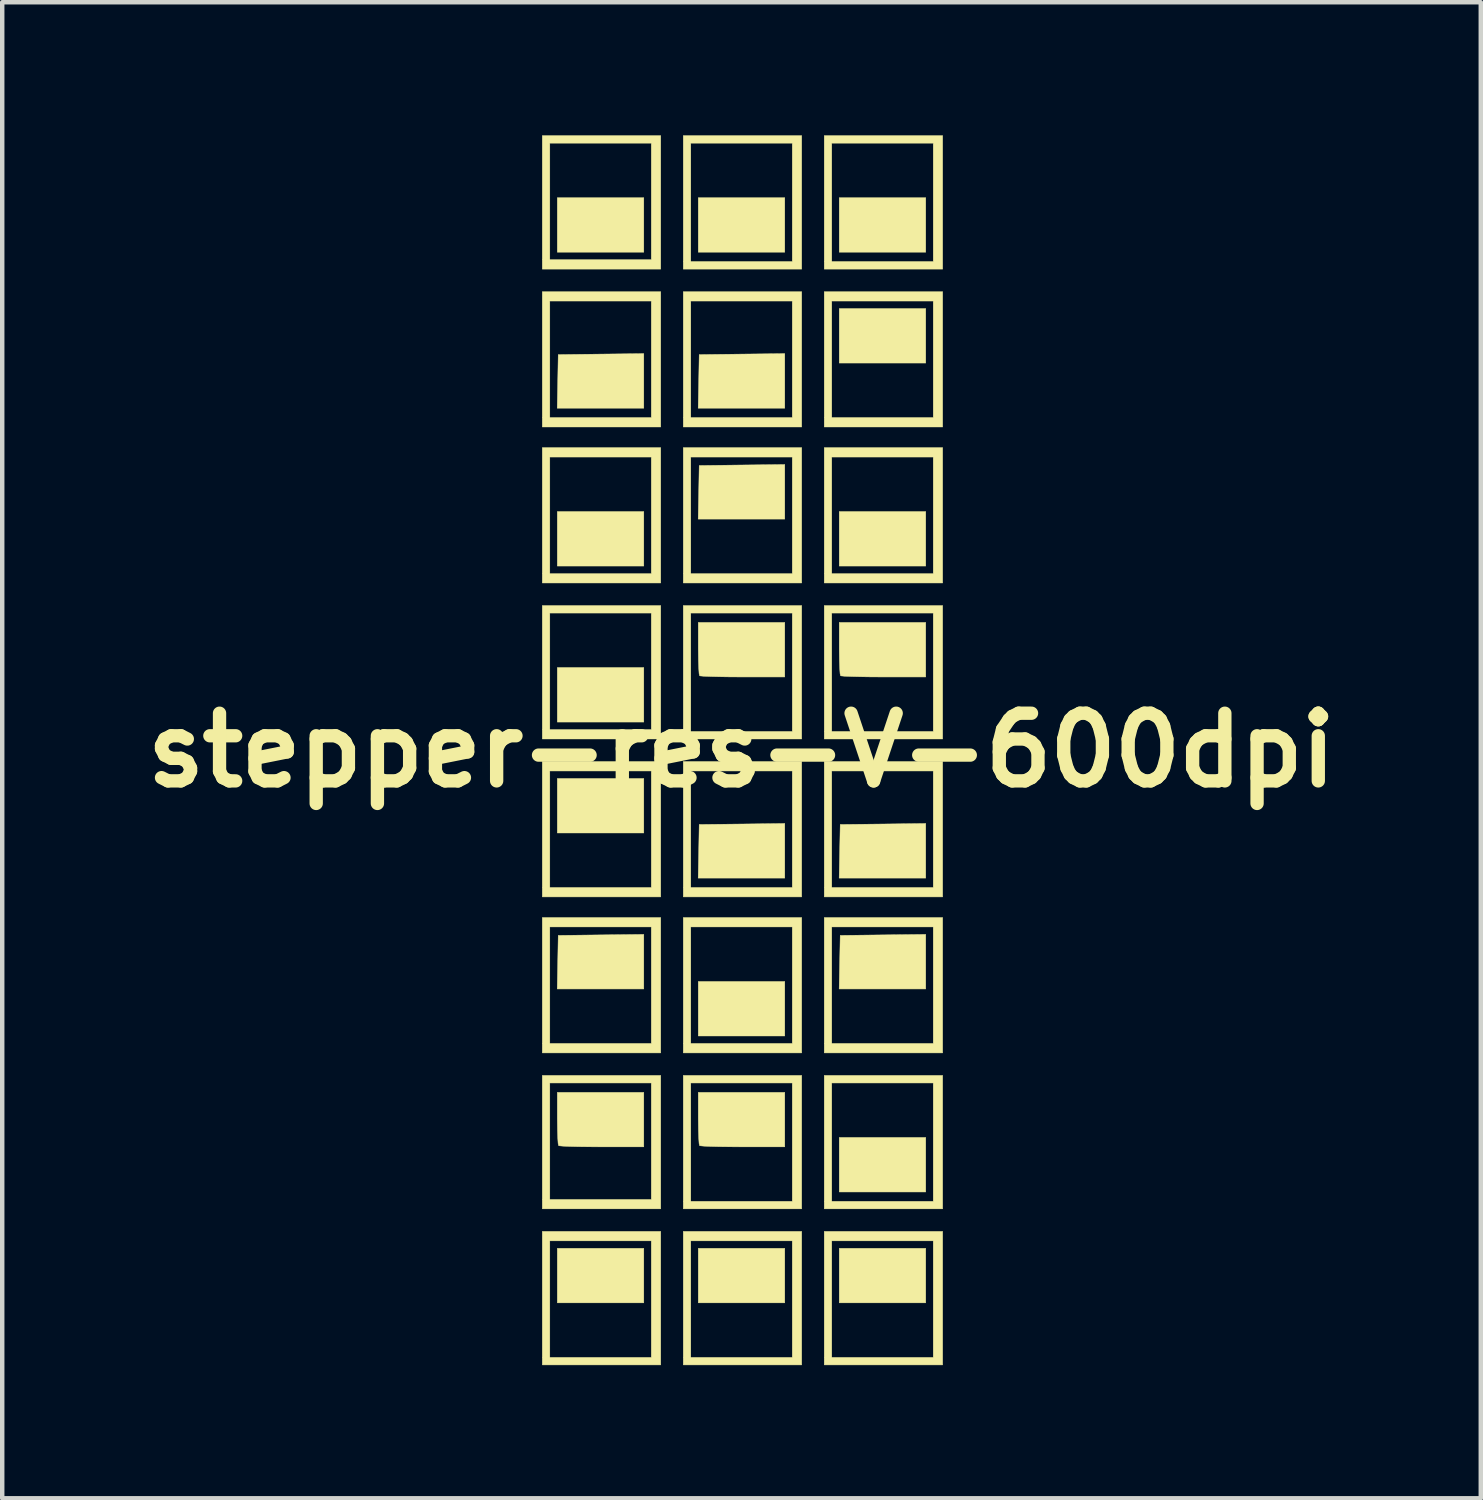
<source format=kicad_pcb>
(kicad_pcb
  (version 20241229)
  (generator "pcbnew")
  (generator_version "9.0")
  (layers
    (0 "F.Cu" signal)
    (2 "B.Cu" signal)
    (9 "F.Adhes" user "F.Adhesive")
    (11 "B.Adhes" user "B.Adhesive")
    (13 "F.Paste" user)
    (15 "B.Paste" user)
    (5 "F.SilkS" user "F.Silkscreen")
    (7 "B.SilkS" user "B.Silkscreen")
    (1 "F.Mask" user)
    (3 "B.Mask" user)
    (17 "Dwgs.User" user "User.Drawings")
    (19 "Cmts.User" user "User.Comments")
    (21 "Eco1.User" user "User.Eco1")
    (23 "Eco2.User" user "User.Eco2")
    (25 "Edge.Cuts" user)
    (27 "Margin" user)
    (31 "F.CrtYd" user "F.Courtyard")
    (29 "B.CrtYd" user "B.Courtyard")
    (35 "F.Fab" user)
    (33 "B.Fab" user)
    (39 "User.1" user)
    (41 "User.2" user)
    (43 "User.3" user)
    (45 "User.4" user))
  (footprint "stepper-res-V-600dpi"
    (layer "F.Cu")
    (at 13.651 13.848)
    (property "Reference" "stepper-res-V-600dpi" (at 0 0 0) (layer "F.SilkS") (effects (font (size 1.524 1.524) (thickness 0.3))))
    (attr through_hole)
    (fp_poly (pts (xy -2.201 -11.218) (xy -4.149 -11.218) (xy -4.149 -12.446) (xy -2.201 -12.446) (xy -2.201 -11.218)) (stroke (width 0.01) (type solid)) (fill yes) (layer "F.SilkS"))
    (fp_poly (pts (xy -2.201 -4.149) (xy -4.149 -4.149) (xy -4.149 -5.376) (xy -2.201 -5.376) (xy -2.201 -4.149)) (stroke (width 0.01) (type solid)) (fill yes) (layer "F.SilkS"))
    (fp_poly (pts (xy -2.201 -0.635) (xy -4.149 -0.635) (xy -4.149 -1.863) (xy -2.201 -1.863) (xy -2.201 -0.635)) (stroke (width 0.01) (type solid)) (fill yes) (layer "F.SilkS"))
    (fp_poly (pts (xy -2.201 1.863) (xy -4.149 1.863) (xy -4.149 0.635) (xy -2.201 0.635) (xy -2.201 1.863)) (stroke (width 0.01) (type solid)) (fill yes) (layer "F.SilkS"))
    (fp_poly (pts (xy -2.201 12.446) (xy -4.149 12.446) (xy -4.149 11.218) (xy -2.201 11.218) (xy -2.201 12.446)) (stroke (width 0.01) (type solid)) (fill yes) (layer "F.SilkS"))
    (fp_poly (pts (xy 0.974 -11.218) (xy -0.974 -11.218) (xy -0.974 -12.446) (xy 0.974 -12.446) (xy 0.974 -11.218)) (stroke (width 0.01) (type solid)) (fill yes) (layer "F.SilkS"))
    (fp_poly (pts (xy 0.974 6.435) (xy -0.974 6.435) (xy -0.974 5.207) (xy 0.974 5.207) (xy 0.974 6.435)) (stroke (width 0.01) (type solid)) (fill yes) (layer "F.SilkS"))
    (fp_poly (pts (xy 0.974 12.446) (xy -0.974 12.446) (xy -0.974 11.218) (xy 0.974 11.218) (xy 0.974 12.446)) (stroke (width 0.01) (type solid)) (fill yes) (layer "F.SilkS"))
    (fp_poly (pts (xy 4.149 -11.218) (xy 2.201 -11.218) (xy 2.201 -12.446) (xy 4.149 -12.446) (xy 4.149 -11.218)) (stroke (width 0.01) (type solid)) (fill yes) (layer "F.SilkS"))
    (fp_poly (pts (xy 4.149 -8.721) (xy 2.201 -8.721) (xy 2.201 -9.948) (xy 4.149 -9.948) (xy 4.149 -8.721)) (stroke (width 0.01) (type solid)) (fill yes) (layer "F.SilkS"))
    (fp_poly (pts (xy 4.149 -4.149) (xy 2.201 -4.149) (xy 2.201 -5.376) (xy 4.149 -5.376) (xy 4.149 -4.149)) (stroke (width 0.01) (type solid)) (fill yes) (layer "F.SilkS"))
    (fp_poly (pts (xy 4.149 9.948) (xy 2.201 9.948) (xy 2.201 8.721) (xy 4.149 8.721) (xy 4.149 9.948)) (stroke (width 0.01) (type solid)) (fill yes) (layer "F.SilkS"))
    (fp_poly (pts (xy 4.149 12.446) (xy 2.201 12.446) (xy 2.201 11.218) (xy 4.149 11.218) (xy 4.149 12.446)) (stroke (width 0.01) (type solid)) (fill yes) (layer "F.SilkS"))
    (fp_poly (pts (xy -2.201 -7.705) (xy -4.151 -7.705) (xy -4.139 -8.308) (xy -4.128 -8.911) (xy -3.164 -8.923) (xy -2.201 -8.934) (xy -2.201 -7.705)) (stroke (width 0.01) (type solid)) (fill yes) (layer "F.SilkS"))
    (fp_poly (pts (xy -2.201 5.376) (xy -4.151 5.376) (xy -4.139 4.773) (xy -4.128 4.17) (xy -3.164 4.158) (xy -2.201 4.147) (xy -2.201 5.376)) (stroke (width 0.01) (type solid)) (fill yes) (layer "F.SilkS"))
    (fp_poly (pts (xy 0.974 -7.705) (xy -0.976 -7.705) (xy -0.964 -8.308) (xy -0.953 -8.911) (xy 0.011 -8.923) (xy 0.974 -8.934) (xy 0.974 -7.705)) (stroke (width 0.01) (type solid)) (fill yes) (layer "F.SilkS"))
    (fp_poly (pts (xy 0.974 -5.207) (xy -0.976 -5.207) (xy -0.964 -5.81) (xy -0.953 -6.413) (xy 0.011 -6.425) (xy 0.974 -6.436) (xy 0.974 -5.207)) (stroke (width 0.01) (type solid)) (fill yes) (layer "F.SilkS"))
    (fp_poly (pts (xy 0.974 2.879) (xy -0.976 2.879) (xy -0.964 2.275) (xy -0.953 1.672) (xy 0.011 1.661) (xy 0.974 1.649) (xy 0.974 2.879)) (stroke (width 0.01) (type solid)) (fill yes) (layer "F.SilkS"))
    (fp_poly (pts (xy 4.149 2.879) (xy 2.199 2.879) (xy 2.211 2.275) (xy 2.223 1.672) (xy 3.186 1.661) (xy 4.149 1.649) (xy 4.149 2.879)) (stroke (width 0.01) (type solid)) (fill yes) (layer "F.SilkS"))
    (fp_poly (pts (xy 4.149 5.376) (xy 2.199 5.376) (xy 2.211 4.773) (xy 2.223 4.17) (xy 3.186 4.158) (xy 4.149 4.147) (xy 4.149 5.376)) (stroke (width 0.01) (type solid)) (fill yes) (layer "F.SilkS"))
    (fp_poly (pts (xy -1.82 -10.837) (xy -4.487 -10.837) (xy -4.487 -13.674) (xy -4.318 -13.674) (xy -4.318 -11.049) (xy -2.032 -11.049) (xy -2.032 -13.674) (xy -4.318 -13.674) (xy -4.487 -13.674) (xy -4.487 -13.843) (xy -1.82 -13.843) (xy -1.82 -10.837)) (stroke (width 0.01) (type solid)) (fill yes) (layer "F.SilkS"))
    (fp_poly (pts (xy -1.82 -7.281) (xy -4.487 -7.281) (xy -4.487 -10.118) (xy -4.318 -10.118) (xy -4.318 -7.493) (xy -2.032 -7.493) (xy -2.032 -10.118) (xy -4.318 -10.118) (xy -4.487 -10.118) (xy -4.487 -10.329) (xy -1.82 -10.329) (xy -1.82 -7.281)) (stroke (width 0.01) (type solid)) (fill yes) (layer "F.SilkS"))
    (fp_poly (pts (xy -1.82 -3.768) (xy -4.487 -3.768) (xy -4.487 -6.604) (xy -4.318 -6.604) (xy -4.318 -3.979) (xy -2.032 -3.979) (xy -2.032 -6.604) (xy -4.318 -6.604) (xy -4.487 -6.604) (xy -4.487 -6.816) (xy -1.82 -6.816) (xy -1.82 -3.768)) (stroke (width 0.01) (type solid)) (fill yes) (layer "F.SilkS"))
    (fp_poly (pts (xy -1.82 -0.254) (xy -4.487 -0.254) (xy -4.487 -3.09) (xy -4.318 -3.09) (xy -4.318 -0.466) (xy -2.032 -0.466) (xy -2.032 -3.09) (xy -4.318 -3.09) (xy -4.487 -3.09) (xy -4.487 -3.26) (xy -1.82 -3.26) (xy -1.82 -0.254)) (stroke (width 0.01) (type solid)) (fill yes) (layer "F.SilkS"))
    (fp_poly (pts (xy -1.82 3.302) (xy -4.487 3.302) (xy -4.487 0.466) (xy -4.318 0.466) (xy -4.318 3.09) (xy -2.032 3.09) (xy -2.032 0.466) (xy -4.318 0.466) (xy -4.487 0.466) (xy -4.487 0.254) (xy -1.82 0.254) (xy -1.82 3.302)) (stroke (width 0.01) (type solid)) (fill yes) (layer "F.SilkS"))
    (fp_poly (pts (xy -1.82 6.816) (xy -4.487 6.816) (xy -4.487 3.979) (xy -4.318 3.979) (xy -4.318 6.604) (xy -2.032 6.604) (xy -2.032 3.979) (xy -4.318 3.979) (xy -4.487 3.979) (xy -4.487 3.768) (xy -1.82 3.768) (xy -1.82 6.816)) (stroke (width 0.01) (type solid)) (fill yes) (layer "F.SilkS"))
    (fp_poly (pts (xy -1.82 10.329) (xy -4.487 10.329) (xy -4.487 7.493) (xy -4.318 7.493) (xy -4.318 10.118) (xy -2.032 10.118) (xy -2.032 7.493) (xy -4.318 7.493) (xy -4.487 7.493) (xy -4.487 7.324) (xy -1.82 7.324) (xy -1.82 10.329)) (stroke (width 0.01) (type solid)) (fill yes) (layer "F.SilkS"))
    (fp_poly (pts (xy -1.82 13.843) (xy -4.487 13.843) (xy -4.487 11.049) (xy -4.318 11.049) (xy -4.318 13.674) (xy -2.032 13.674) (xy -2.032 11.049) (xy -4.318 11.049) (xy -4.487 11.049) (xy -4.487 10.837) (xy -1.82 10.837) (xy -1.82 13.843)) (stroke (width 0.01) (type solid)) (fill yes) (layer "F.SilkS"))
    (fp_poly (pts (xy 1.355 -10.837) (xy -1.312 -10.837) (xy -1.312 -13.674) (xy -1.143 -13.674) (xy -1.143 -11.007) (xy 1.143 -11.007) (xy 1.143 -13.674) (xy -1.143 -13.674) (xy -1.312 -13.674) (xy -1.312 -13.843) (xy 1.355 -13.843) (xy 1.355 -10.837)) (stroke (width 0.01) (type solid)) (fill yes) (layer "F.SilkS"))
    (fp_poly (pts (xy 1.355 -7.281) (xy -1.312 -7.281) (xy -1.312 -10.118) (xy -1.143 -10.118) (xy -1.143 -7.493) (xy 1.143 -7.493) (xy 1.143 -10.118) (xy -1.143 -10.118) (xy -1.312 -10.118) (xy -1.312 -10.329) (xy 1.355 -10.329) (xy 1.355 -7.281)) (stroke (width 0.01) (type solid)) (fill yes) (layer "F.SilkS"))
    (fp_poly (pts (xy 1.355 -3.768) (xy -1.312 -3.768) (xy -1.312 -6.604) (xy -1.143 -6.604) (xy -1.143 -3.979) (xy 1.143 -3.979) (xy 1.143 -6.604) (xy -1.143 -6.604) (xy -1.312 -6.604) (xy -1.312 -6.816) (xy 1.355 -6.816) (xy 1.355 -3.768)) (stroke (width 0.01) (type solid)) (fill yes) (layer "F.SilkS"))
    (fp_poly (pts (xy 1.355 -0.254) (xy -1.312 -0.254) (xy -1.312 -3.09) (xy -1.143 -3.09) (xy -1.143 -0.423) (xy 1.143 -0.423) (xy 1.143 -3.09) (xy -1.143 -3.09) (xy -1.312 -3.09) (xy -1.312 -3.26) (xy 1.355 -3.26) (xy 1.355 -0.254)) (stroke (width 0.01) (type solid)) (fill yes) (layer "F.SilkS"))
    (fp_poly (pts (xy 1.355 3.302) (xy -1.312 3.302) (xy -1.312 0.466) (xy -1.143 0.466) (xy -1.143 3.09) (xy 1.143 3.09) (xy 1.143 0.466) (xy -1.143 0.466) (xy -1.312 0.466) (xy -1.312 0.254) (xy 1.355 0.254) (xy 1.355 3.302)) (stroke (width 0.01) (type solid)) (fill yes) (layer "F.SilkS"))
    (fp_poly (pts (xy 1.355 6.816) (xy -1.312 6.816) (xy -1.312 3.979) (xy -1.143 3.979) (xy -1.143 6.604) (xy 1.143 6.604) (xy 1.143 3.979) (xy -1.143 3.979) (xy -1.312 3.979) (xy -1.312 3.768) (xy 1.355 3.768) (xy 1.355 6.816)) (stroke (width 0.01) (type solid)) (fill yes) (layer "F.SilkS"))
    (fp_poly (pts (xy 1.355 10.329) (xy -1.312 10.329) (xy -1.312 7.493) (xy -1.143 7.493) (xy -1.143 10.16) (xy 1.143 10.16) (xy 1.143 7.493) (xy -1.143 7.493) (xy -1.312 7.493) (xy -1.312 7.324) (xy 1.355 7.324) (xy 1.355 10.329)) (stroke (width 0.01) (type solid)) (fill yes) (layer "F.SilkS"))
    (fp_poly (pts (xy 1.355 13.843) (xy -1.312 13.843) (xy -1.312 11.049) (xy -1.143 11.049) (xy -1.143 13.674) (xy 1.143 13.674) (xy 1.143 11.049) (xy -1.143 11.049) (xy -1.312 11.049) (xy -1.312 10.837) (xy 1.355 10.837) (xy 1.355 13.843)) (stroke (width 0.01) (type solid)) (fill yes) (layer "F.SilkS"))
    (fp_poly (pts (xy 4.53 -10.837) (xy 1.863 -10.837) (xy 1.863 -13.674) (xy 2.032 -13.674) (xy 2.032 -11.007) (xy 4.318 -11.007) (xy 4.318 -13.674) (xy 2.032 -13.674) (xy 1.863 -13.674) (xy 1.863 -13.843) (xy 4.53 -13.843) (xy 4.53 -10.837)) (stroke (width 0.01) (type solid)) (fill yes) (layer "F.SilkS"))
    (fp_poly (pts (xy 4.53 -7.281) (xy 1.863 -7.281) (xy 1.863 -10.118) (xy 2.032 -10.118) (xy 2.032 -7.493) (xy 4.318 -7.493) (xy 4.318 -10.118) (xy 2.032 -10.118) (xy 1.863 -10.118) (xy 1.863 -10.329) (xy 4.53 -10.329) (xy 4.53 -7.281)) (stroke (width 0.01) (type solid)) (fill yes) (layer "F.SilkS"))
    (fp_poly (pts (xy 4.53 -3.768) (xy 1.863 -3.768) (xy 1.863 -6.604) (xy 2.032 -6.604) (xy 2.032 -3.979) (xy 4.318 -3.979) (xy 4.318 -6.604) (xy 2.032 -6.604) (xy 1.863 -6.604) (xy 1.863 -6.816) (xy 4.53 -6.816) (xy 4.53 -3.768)) (stroke (width 0.01) (type solid)) (fill yes) (layer "F.SilkS"))
    (fp_poly (pts (xy 4.53 -0.254) (xy 1.863 -0.254) (xy 1.863 -3.09) (xy 2.032 -3.09) (xy 2.032 -0.423) (xy 4.318 -0.423) (xy 4.318 -3.09) (xy 2.032 -3.09) (xy 1.863 -3.09) (xy 1.863 -3.26) (xy 4.53 -3.26) (xy 4.53 -0.254)) (stroke (width 0.01) (type solid)) (fill yes) (layer "F.SilkS"))
    (fp_poly (pts (xy 4.53 3.302) (xy 1.863 3.302) (xy 1.863 0.466) (xy 2.032 0.466) (xy 2.032 3.09) (xy 4.318 3.09) (xy 4.318 0.466) (xy 2.032 0.466) (xy 1.863 0.466) (xy 1.863 0.254) (xy 4.53 0.254) (xy 4.53 3.302)) (stroke (width 0.01) (type solid)) (fill yes) (layer "F.SilkS"))
    (fp_poly (pts (xy 4.53 6.816) (xy 1.863 6.816) (xy 1.863 3.979) (xy 2.032 3.979) (xy 2.032 6.604) (xy 4.318 6.604) (xy 4.318 3.979) (xy 2.032 3.979) (xy 1.863 3.979) (xy 1.863 3.768) (xy 4.53 3.768) (xy 4.53 6.816)) (stroke (width 0.01) (type solid)) (fill yes) (layer "F.SilkS"))
    (fp_poly (pts (xy 4.53 10.329) (xy 1.863 10.329) (xy 1.863 7.493) (xy 2.032 7.493) (xy 2.032 10.16) (xy 4.318 10.16) (xy 4.318 7.493) (xy 2.032 7.493) (xy 1.863 7.493) (xy 1.863 7.324) (xy 4.53 7.324) (xy 4.53 10.329)) (stroke (width 0.01) (type solid)) (fill yes) (layer "F.SilkS"))
    (fp_poly (pts (xy 4.53 13.843) (xy 1.863 13.843) (xy 1.863 11.049) (xy 2.032 11.049) (xy 2.032 13.674) (xy 4.318 13.674) (xy 4.318 11.049) (xy 2.032 11.049) (xy 1.863 11.049) (xy 1.863 10.837) (xy 4.53 10.837) (xy 4.53 13.843)) (stroke (width 0.01) (type solid)) (fill yes) (layer "F.SilkS"))
    (fp_poly (pts (xy -2.201 8.932) (xy -3.147 8.932) (xy -3.422 8.931) (xy -3.667 8.928) (xy -3.872 8.923) (xy -4.023 8.916) (xy -4.107 8.908) (xy -4.12 8.904) (xy -4.131 8.854) (xy -4.139 8.735) (xy -4.145 8.564) (xy -4.148 8.357) (xy -4.149 8.29) (xy -4.149 7.705) (xy -2.201 7.705) (xy -2.201 8.932)) (stroke (width 0.01) (type solid)) (fill yes) (layer "F.SilkS"))
    (fp_poly (pts (xy 0.974 -1.651) (xy 0.028 -1.651) (xy -0.247 -1.652) (xy -0.492 -1.656) (xy -0.697 -1.661) (xy -0.848 -1.667) (xy -0.932 -1.675) (xy -0.945 -1.679) (xy -0.956 -1.73) (xy -0.964 -1.849) (xy -0.97 -2.02) (xy -0.973 -2.227) (xy -0.974 -2.293) (xy -0.974 -2.879) (xy 0.974 -2.879) (xy 0.974 -1.651)) (stroke (width 0.01) (type solid)) (fill yes) (layer "F.SilkS"))
    (fp_poly (pts (xy 0.974 8.932) (xy 0.028 8.932) (xy -0.247 8.931) (xy -0.492 8.928) (xy -0.697 8.923) (xy -0.848 8.916) (xy -0.932 8.908) (xy -0.945 8.904) (xy -0.956 8.854) (xy -0.964 8.735) (xy -0.97 8.564) (xy -0.973 8.357) (xy -0.974 8.29) (xy -0.974 7.705) (xy 0.974 7.705) (xy 0.974 8.932)) (stroke (width 0.01) (type solid)) (fill yes) (layer "F.SilkS"))
    (fp_poly (pts (xy 4.149 -1.651) (xy 3.203 -1.651) (xy 2.928 -1.652) (xy 2.683 -1.656) (xy 2.478 -1.661) (xy 2.327 -1.667) (xy 2.243 -1.675) (xy 2.23 -1.679) (xy 2.219 -1.73) (xy 2.211 -1.849) (xy 2.205 -2.02) (xy 2.202 -2.227) (xy 2.201 -2.293) (xy 2.201 -2.879) (xy 4.149 -2.879) (xy 4.149 -1.651)) (stroke (width 0.01) (type solid)) (fill yes) (layer "F.SilkS")))
  (gr_rect
    (start -3 -3)
    (end 30.301 30.696)
    (stroke (width 0.1) (type default))
    (fill no)
    (layer "Edge.Cuts")))
</source>
